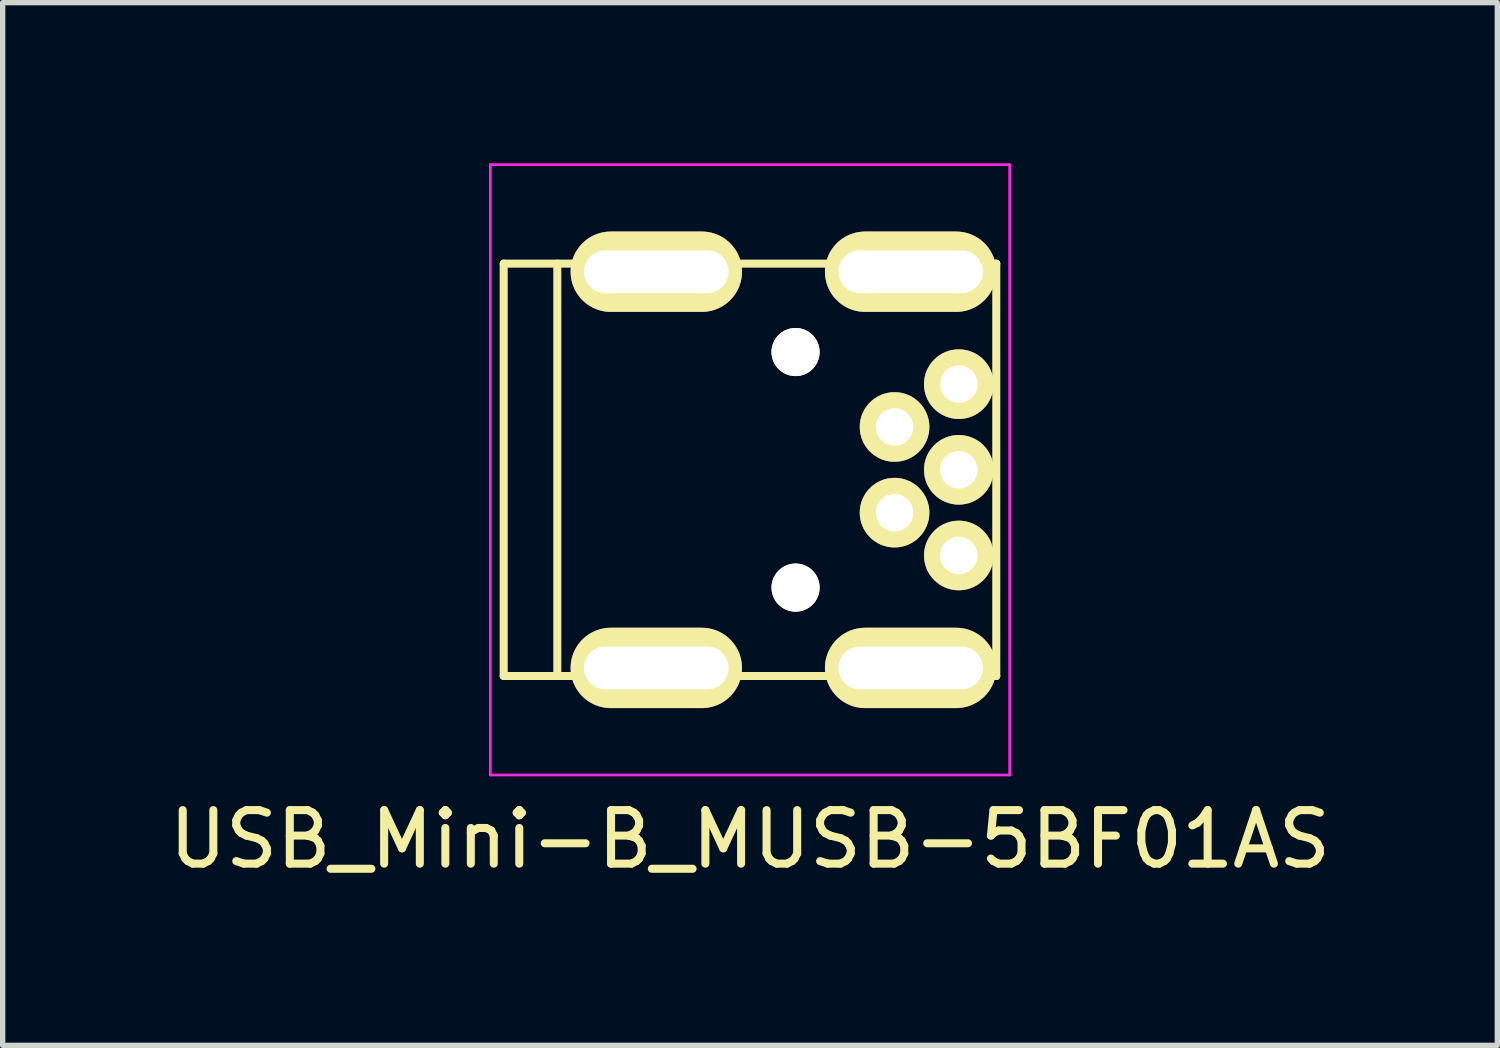
<source format=kicad_pcb>
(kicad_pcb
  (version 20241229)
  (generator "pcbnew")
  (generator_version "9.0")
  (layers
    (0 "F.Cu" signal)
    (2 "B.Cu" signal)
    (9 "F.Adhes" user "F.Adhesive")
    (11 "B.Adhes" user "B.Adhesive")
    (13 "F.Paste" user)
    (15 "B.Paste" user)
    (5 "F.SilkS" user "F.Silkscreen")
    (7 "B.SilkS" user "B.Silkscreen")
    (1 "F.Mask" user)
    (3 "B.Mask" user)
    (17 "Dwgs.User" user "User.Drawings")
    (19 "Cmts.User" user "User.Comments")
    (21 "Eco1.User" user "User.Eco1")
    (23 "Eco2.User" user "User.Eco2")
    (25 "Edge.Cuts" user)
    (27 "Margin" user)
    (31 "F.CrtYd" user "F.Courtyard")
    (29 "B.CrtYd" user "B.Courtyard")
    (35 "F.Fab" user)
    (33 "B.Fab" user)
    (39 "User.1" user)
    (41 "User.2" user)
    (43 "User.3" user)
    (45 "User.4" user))
  (footprint "USB_Mini-B_MUSB-5BF01AS"
    (layer "F.Cu")
    (at 10.958 5.725)
    (property "Reference" "USB_Mini-B_MUSB-5BF01AS" (at 0 6.901 0) (layer "F.SilkS") (effects (font (size 1 1) (thickness 0.15))))
    (attr smd)
    (fp_line (start -4.6 -3.851) (end -4.6 3.851) (stroke (width 0.15) (type solid)) (layer "F.SilkS"))
    (fp_line (start -4.6 3.851) (end 4.6 3.851) (stroke (width 0.15) (type solid)) (layer "F.SilkS"))
    (fp_line (start -3.599 -3.851) (end -3.599 3.851) (stroke (width 0.15) (type solid)) (layer "F.SilkS"))
    (fp_line (start 4.6 -3.851) (end -4.6 -3.851) (stroke (width 0.15) (type solid)) (layer "F.SilkS"))
    (fp_line (start 4.6 3.851) (end 4.6 -3.851) (stroke (width 0.15) (type solid)) (layer "F.SilkS"))
    (fp_line (start -4.85 -5.7) (end 4.85 -5.7) (stroke (width 0.05) (type solid)) (layer "F.CrtYd"))
    (fp_line (start -4.85 5.7) (end -4.85 -5.7) (stroke (width 0.05) (type solid)) (layer "F.CrtYd"))
    (fp_line (start 4.85 -5.7) (end 4.85 5.7) (stroke (width 0.05) (type solid)) (layer "F.CrtYd"))
    (fp_line (start 4.85 5.7) (end -4.85 5.7) (stroke (width 0.05) (type solid)) (layer "F.CrtYd"))
    (pad "" np_thru_hole circle (at 0.851 -2.2) (size 0.899 0.899) (drill 0.899) (layers "*.Cu" "*.Mask" "F.SilkS"))
    (pad "" np_thru_hole circle (at 0.851 2.2) (size 0.899 0.899) (drill 0.899) (layers "*.Cu" "*.Mask" "F.SilkS"))
    (pad "1" thru_hole circle (at 3.9 -1.6) (size 1.3 1.3) (drill 0.7) (layers "*.Cu" "*.Mask" "F.SilkS"))
    (pad "2" thru_hole circle (at 2.7 -0.8) (size 1.3 1.3) (drill 0.7) (layers "*.Cu" "*.Mask" "F.SilkS"))
    (pad "3" thru_hole circle (at 3.9 0) (size 1.3 1.3) (drill 0.7) (layers "*.Cu" "*.Mask" "F.SilkS"))
    (pad "4" thru_hole circle (at 2.7 0.8) (size 1.3 1.3) (drill 0.7) (layers "*.Cu" "*.Mask" "F.SilkS"))
    (pad "5" thru_hole circle (at 3.9 1.6) (size 1.3 1.3) (drill 0.7) (layers "*.Cu" "*.Mask" "F.SilkS"))
    (pad "6" thru_hole oval (at -1.75 -3.7) (size 3.2 1.5) (drill oval 2.7 0.8) (layers "*.Cu" "*.Mask" "F.SilkS"))
    (pad "6" thru_hole oval (at -1.75 3.7) (size 3.2 1.5) (drill oval 2.7 0.8) (layers "*.Cu" "*.Mask" "F.SilkS"))
    (pad "6" thru_hole oval (at 3 -3.7) (size 3.2 1.5) (drill oval 2.7 0.8) (layers "*.Cu" "*.Mask" "F.SilkS"))
    (pad "6" thru_hole oval (at 3 3.7) (size 3.2 1.5) (drill oval 2.7 0.8) (layers "*.Cu" "*.Mask" "F.SilkS")))
  (gr_rect
    (start -3 -3)
    (end 24.917 16.474)
    (stroke (width 0.1) (type default))
    (fill no)
    (layer "Edge.Cuts")))
</source>
